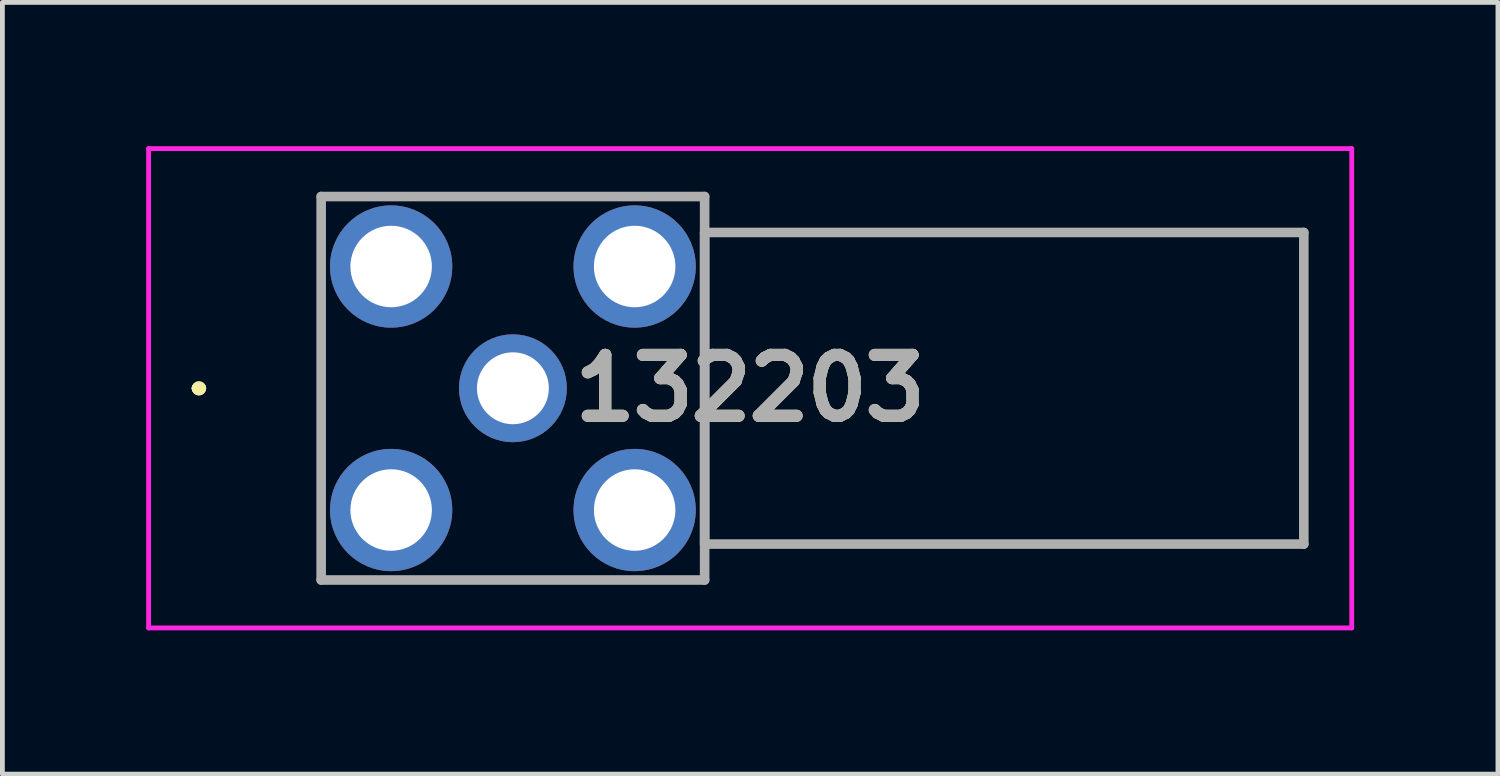
<source format=kicad_pcb>
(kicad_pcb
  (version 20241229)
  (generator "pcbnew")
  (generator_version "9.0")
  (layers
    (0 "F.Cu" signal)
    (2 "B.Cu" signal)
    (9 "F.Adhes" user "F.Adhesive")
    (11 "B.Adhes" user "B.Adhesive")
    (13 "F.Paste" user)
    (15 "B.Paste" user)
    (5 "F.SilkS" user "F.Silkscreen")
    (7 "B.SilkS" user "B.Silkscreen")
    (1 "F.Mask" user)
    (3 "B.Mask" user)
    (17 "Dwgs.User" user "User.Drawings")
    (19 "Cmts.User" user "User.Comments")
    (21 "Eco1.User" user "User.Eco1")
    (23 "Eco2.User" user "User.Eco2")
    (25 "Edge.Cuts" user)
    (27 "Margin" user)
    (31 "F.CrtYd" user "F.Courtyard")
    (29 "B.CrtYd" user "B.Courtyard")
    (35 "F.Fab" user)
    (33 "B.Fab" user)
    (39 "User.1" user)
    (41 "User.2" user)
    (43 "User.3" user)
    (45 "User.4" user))
  (footprint "132203"
    (layer "F.Cu")
    (at 7.65 5.05)
    (property "Reference" "132203" (at 4.95 0 0) (layer "F.SilkS") (effects (font (size 1.27 1.27) (thickness 0.254))))
    (attr through_hole)
    (fp_line (start -6.6 0) (end -6.6 0) (stroke (width 0.2) (type solid)) (layer "F.SilkS"))
    (fp_line (start -6.6 0) (end -6.6 0) (stroke (width 0.2) (type solid)) (layer "F.SilkS"))
    (fp_line (start -6.5 0) (end -6.5 0) (stroke (width 0.2) (type solid)) (layer "F.SilkS"))
    (fp_line (start -4 -4) (end 4 -4) (stroke (width 0.1) (type solid)) (layer "F.SilkS"))
    (fp_line (start -4 4) (end -4 -4) (stroke (width 0.1) (type solid)) (layer "F.SilkS"))
    (fp_line (start 4 -4) (end 4 4) (stroke (width 0.1) (type solid)) (layer "F.SilkS"))
    (fp_line (start 4 -3.25) (end 16.5 -3.25) (stroke (width 0.1) (type solid)) (layer "F.SilkS"))
    (fp_line (start 4 3.25) (end 4 -3.25) (stroke (width 0.1) (type solid)) (layer "F.SilkS"))
    (fp_line (start 4 4) (end -4 4) (stroke (width 0.1) (type solid)) (layer "F.SilkS"))
    (fp_line (start 16.5 -3.25) (end 16.5 3.25) (stroke (width 0.1) (type solid)) (layer "F.SilkS"))
    (fp_line (start 16.5 3.25) (end 4 3.25) (stroke (width 0.1) (type solid)) (layer "F.SilkS"))
    (fp_arc (start -6.6 0) (mid -6.55 -0.05) (end -6.5 0) (stroke (width 0.2) (type solid)) (layer "F.SilkS"))
    (fp_arc (start -6.5 0) (mid -6.55 0.05) (end -6.6 0) (stroke (width 0.2) (type solid)) (layer "F.SilkS"))
    (fp_arc (start -6.5 0) (mid -6.55 0.05) (end -6.6 0) (stroke (width 0.2) (type solid)) (layer "F.SilkS"))
    (fp_line (start -7.6 -5) (end 17.5 -5) (stroke (width 0.1) (type solid)) (layer "F.CrtYd"))
    (fp_line (start -7.6 5) (end -7.6 -5) (stroke (width 0.1) (type solid)) (layer "F.CrtYd"))
    (fp_line (start 17.5 -5) (end 17.5 5) (stroke (width 0.1) (type solid)) (layer "F.CrtYd"))
    (fp_line (start 17.5 5) (end -7.6 5) (stroke (width 0.1) (type solid)) (layer "F.CrtYd"))
    (fp_line (start -4 -4) (end -4 4) (stroke (width 0.2) (type solid)) (layer "F.Fab"))
    (fp_line (start -4 4) (end 4 4) (stroke (width 0.2) (type solid)) (layer "F.Fab"))
    (fp_line (start 4 -4) (end -4 -4) (stroke (width 0.2) (type solid)) (layer "F.Fab"))
    (fp_line (start 4 -3.25) (end 4 3.25) (stroke (width 0.2) (type solid)) (layer "F.Fab"))
    (fp_line (start 4 3.25) (end 16.5 3.25) (stroke (width 0.2) (type solid)) (layer "F.Fab"))
    (fp_line (start 4 4) (end 4 -4) (stroke (width 0.2) (type solid)) (layer "F.Fab"))
    (fp_line (start 16.5 -3.25) (end 4 -3.25) (stroke (width 0.2) (type solid)) (layer "F.Fab"))
    (fp_line (start 16.5 3.25) (end 16.5 -3.25) (stroke (width 0.2) (type solid)) (layer "F.Fab"))
    (fp_text user "${REFERENCE}" (at 4.95 0 0) (layer "F.Fab") (effects (font (size 1.27 1.27) (thickness 0.254))))
    (pad "1" thru_hole circle (at 0 0) (size 2.25 2.25) (drill 1.5) (layers "*.Cu" "*.Mask"))
    (pad "2" thru_hole circle (at -2.54 -2.54) (size 2.55 2.55) (drill 1.7) (layers "*.Cu" "*.Mask"))
    (pad "3" thru_hole circle (at -2.54 2.54) (size 2.55 2.55) (drill 1.7) (layers "*.Cu" "*.Mask"))
    (pad "4" thru_hole circle (at 2.54 2.54) (size 2.55 2.55) (drill 1.7) (layers "*.Cu" "*.Mask"))
    (pad "5" thru_hole circle (at 2.54 -2.54) (size 2.55 2.55) (drill 1.7) (layers "*.Cu" "*.Mask")))
  (gr_rect
    (start -3 -3)
    (end 28.2 13.1)
    (stroke (width 0.1) (type default))
    (fill no)
    (layer "Edge.Cuts")))
</source>
